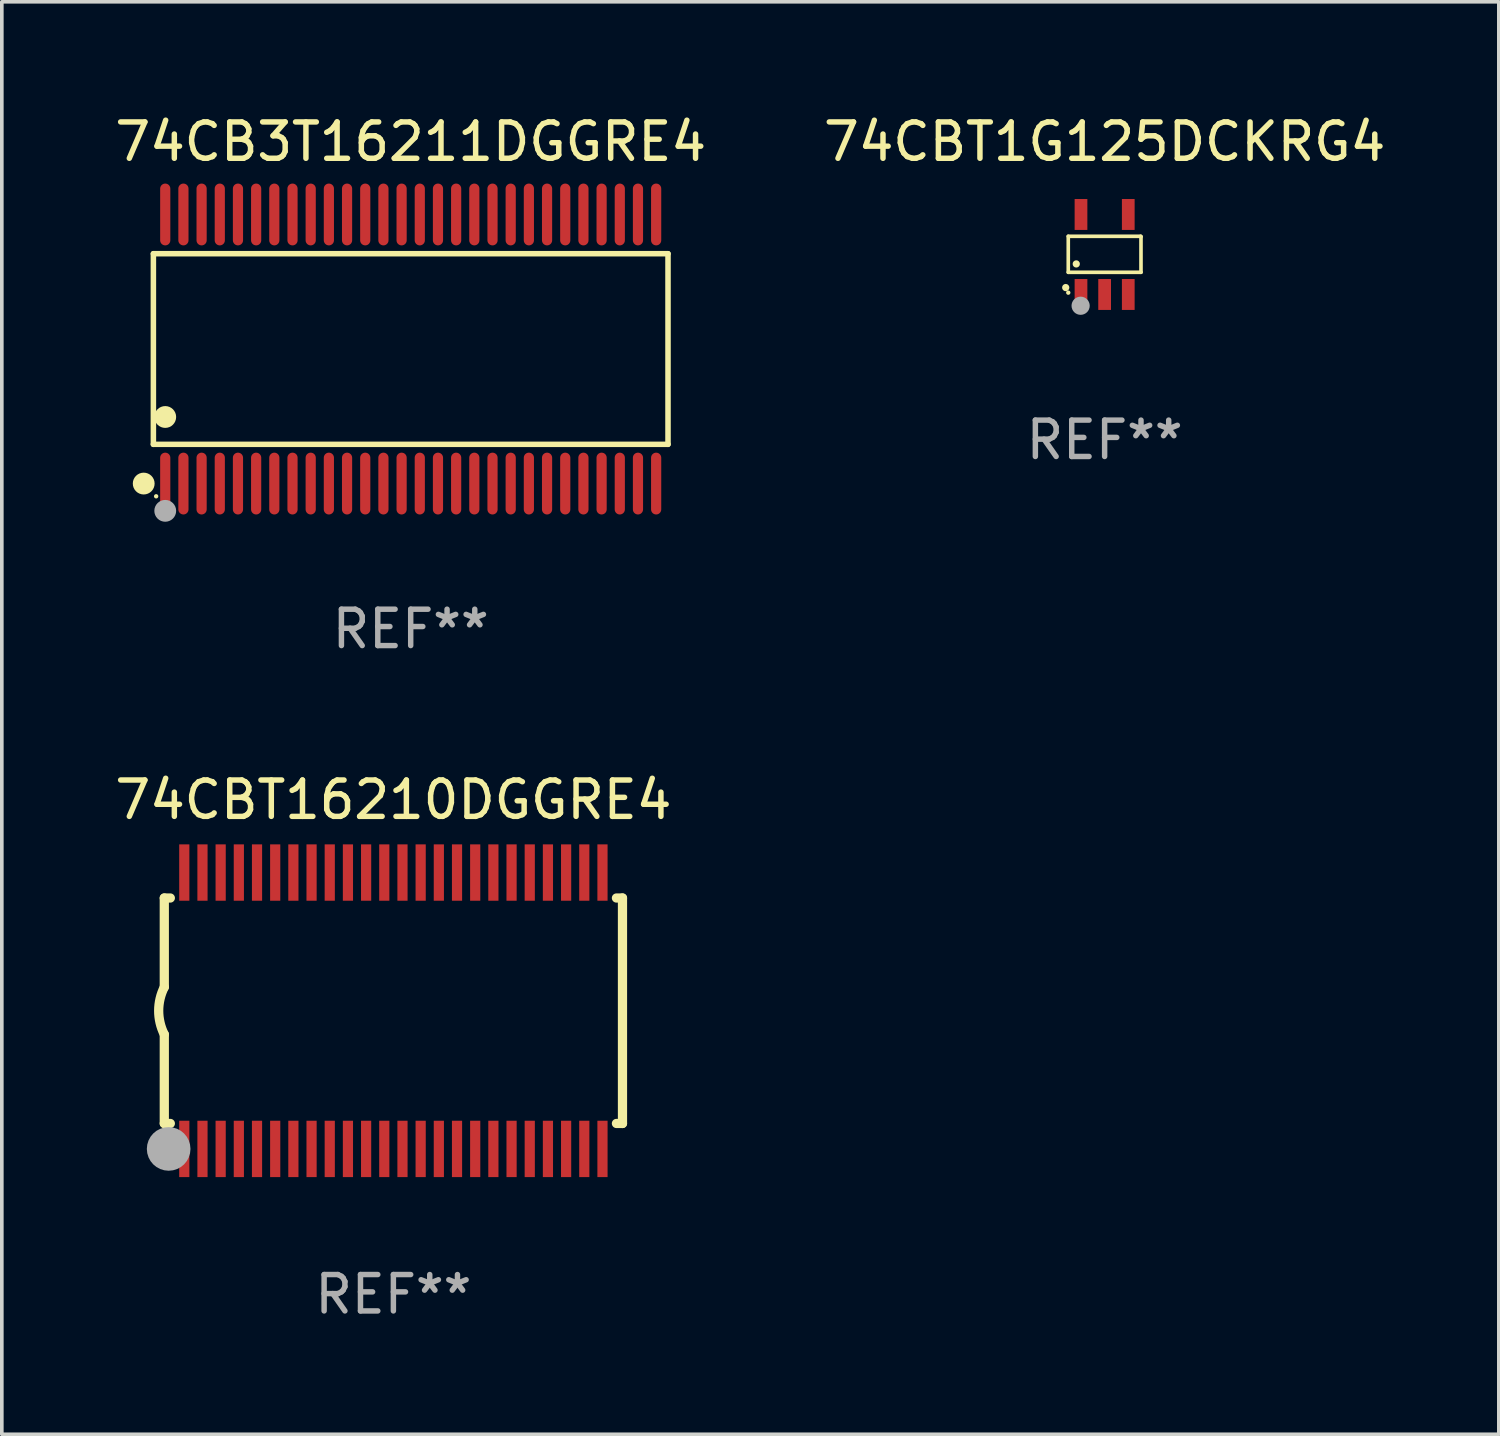
<source format=kicad_pcb>
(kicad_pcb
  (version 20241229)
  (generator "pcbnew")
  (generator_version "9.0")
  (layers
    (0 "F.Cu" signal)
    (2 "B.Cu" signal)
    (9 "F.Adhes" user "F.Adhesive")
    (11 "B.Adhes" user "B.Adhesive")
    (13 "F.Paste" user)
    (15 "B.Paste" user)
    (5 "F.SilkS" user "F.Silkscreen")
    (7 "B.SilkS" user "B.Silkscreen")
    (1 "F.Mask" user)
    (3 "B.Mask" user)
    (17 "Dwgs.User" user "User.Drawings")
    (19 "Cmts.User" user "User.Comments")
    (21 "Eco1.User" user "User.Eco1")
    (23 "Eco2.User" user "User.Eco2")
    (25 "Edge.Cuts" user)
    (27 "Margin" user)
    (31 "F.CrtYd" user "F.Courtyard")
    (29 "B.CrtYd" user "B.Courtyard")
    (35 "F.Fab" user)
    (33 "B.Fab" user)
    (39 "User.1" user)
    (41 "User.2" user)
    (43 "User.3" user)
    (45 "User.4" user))
  (footprint "74CBT1G125DCKRG4"
    (layer "F.Cu")
    (at 27.327 3.948)
    (property "Reference" "74CBT1G125DCKRG4" (at 0 -3.1 0) (layer "F.SilkS") (effects (font (size 1 1) (thickness 0.15))))
    (attr through_hole)
    (fp_line (start -1 -0.5) (end -1 0.49) (stroke (width 0.1) (type solid)) (layer "F.SilkS"))
    (fp_line (start -1 0.49) (end 1 0.49) (stroke (width 0.1) (type solid)) (layer "F.SilkS"))
    (fp_line (start 0.99 -0.5) (end -1 -0.5) (stroke (width 0.1) (type solid)) (layer "F.SilkS"))
    (fp_line (start 1 -0.49) (end 0.99 -0.5) (stroke (width 0.1) (type solid)) (layer "F.SilkS"))
    (fp_line (start 1 0.49) (end 1 -0.49) (stroke (width 0.1) (type solid)) (layer "F.SilkS"))
    (fp_circle (center -1.07 0.91) (end -1.02 0.91) (stroke (width 0.1) (type solid)) (fill no) (layer "F.SilkS"))
    (fp_circle (center -1 1.05) (end -0.97 1.05) (stroke (width 0.06) (type solid)) (fill no) (layer "F.SilkS"))
    (fp_circle (center -0.78 0.26) (end -0.73 0.26) (stroke (width 0.1) (type solid)) (fill no) (layer "F.SilkS"))
    (fp_circle (center -0.66 1.41) (end -0.535 1.41) (stroke (width 0.25) (type solid)) (fill no) (layer "F.Fab"))
    (fp_text user "REF**" (at 0 5.1 0) (layer "F.Fab") (effects (font (size 1 1) (thickness 0.15))))
    (pad "1" smd rect (at -0.65 1.1) (size 0.35 0.85) (layers "F.Cu" "F.Mask" "F.Paste"))
    (pad "2" smd rect (at 0.000051 1.1) (size 0.35 0.85) (layers "F.Cu" "F.Mask" "F.Paste"))
    (pad "3" smd rect (at 0.65 1.1) (size 0.35 0.85) (layers "F.Cu" "F.Mask" "F.Paste"))
    (pad "4" smd rect (at 0.65 -1.1) (size 0.35 0.85) (layers "F.Cu" "F.Mask" "F.Paste"))
    (pad "5" smd rect (at -0.65 -1.1) (size 0.35 0.85) (layers "F.Cu" "F.Mask" "F.Paste")))
  (footprint "74CB3T16211DGGRE4"
    (layer "F.Cu")
    (at 8.244 6.548)
    (property "Reference" "74CB3T16211DGGRE4" (at 0 -5.7 0) (layer "F.SilkS") (effects (font (size 1 1) (thickness 0.15))))
    (attr through_hole)
    (fp_line (start -7.076 -2.621) (end 7.076 -2.621) (stroke (width 0.152) (type solid)) (layer "F.SilkS"))
    (fp_line (start -7.076 2.621) (end -7.076 -2.621) (stroke (width 0.152) (type solid)) (layer "F.SilkS"))
    (fp_line (start 7.076 -2.621) (end 7.076 2.621) (stroke (width 0.152) (type solid)) (layer "F.SilkS"))
    (fp_line (start 7.076 2.621) (end -7.076 2.621) (stroke (width 0.152) (type solid)) (layer "F.SilkS"))
    (fp_circle (center -7.342 3.7) (end -7.192 3.7) (stroke (width 0.3) (type solid)) (fill no) (layer "F.SilkS"))
    (fp_circle (center -7 4.05) (end -6.97 4.05) (stroke (width 0.06) (type solid)) (fill no) (layer "F.SilkS"))
    (fp_circle (center -6.75 1.869) (end -6.6 1.869) (stroke (width 0.3) (type solid)) (fill no) (layer "F.SilkS"))
    (fp_circle (center -6.75 4.45) (end -6.6 4.45) (stroke (width 0.3) (type solid)) (fill no) (layer "F.Fab"))
    (fp_text user "REF**" (at 0 7.7 0) (layer "F.Fab") (effects (font (size 1 1) (thickness 0.15))))
    (pad "1" smd oval (at -6.75 3.7) (size 0.28 1.7) (layers "F.Cu" "F.Mask" "F.Paste"))
    (pad "2" smd oval (at -6.25 3.7) (size 0.28 1.7) (layers "F.Cu" "F.Mask" "F.Paste"))
    (pad "3" smd oval (at -5.75 3.7) (size 0.28 1.7) (layers "F.Cu" "F.Mask" "F.Paste"))
    (pad "4" smd oval (at -5.25 3.7) (size 0.28 1.7) (layers "F.Cu" "F.Mask" "F.Paste"))
    (pad "5" smd oval (at -4.75 3.7) (size 0.28 1.7) (layers "F.Cu" "F.Mask" "F.Paste"))
    (pad "6" smd oval (at -4.25 3.7) (size 0.28 1.7) (layers "F.Cu" "F.Mask" "F.Paste"))
    (pad "7" smd oval (at -3.75 3.7) (size 0.28 1.7) (layers "F.Cu" "F.Mask" "F.Paste"))
    (pad "8" smd oval (at -3.25 3.7) (size 0.28 1.7) (layers "F.Cu" "F.Mask" "F.Paste"))
    (pad "9" smd oval (at -2.75 3.7) (size 0.28 1.7) (layers "F.Cu" "F.Mask" "F.Paste"))
    (pad "10" smd oval (at -2.25 3.7) (size 0.28 1.7) (layers "F.Cu" "F.Mask" "F.Paste"))
    (pad "11" smd oval (at -1.75 3.7) (size 0.28 1.7) (layers "F.Cu" "F.Mask" "F.Paste"))
    (pad "12" smd oval (at -1.25 3.7) (size 0.28 1.7) (layers "F.Cu" "F.Mask" "F.Paste"))
    (pad "13" smd oval (at -0.75 3.7) (size 0.28 1.7) (layers "F.Cu" "F.Mask" "F.Paste"))
    (pad "14" smd oval (at -0.25 3.7) (size 0.28 1.7) (layers "F.Cu" "F.Mask" "F.Paste"))
    (pad "15" smd oval (at 0.25 3.7) (size 0.28 1.7) (layers "F.Cu" "F.Mask" "F.Paste"))
    (pad "16" smd oval (at 0.75 3.7) (size 0.28 1.7) (layers "F.Cu" "F.Mask" "F.Paste"))
    (pad "17" smd oval (at 1.25 3.7) (size 0.28 1.7) (layers "F.Cu" "F.Mask" "F.Paste"))
    (pad "18" smd oval (at 1.75 3.7) (size 0.28 1.7) (layers "F.Cu" "F.Mask" "F.Paste"))
    (pad "19" smd oval (at 2.25 3.7) (size 0.28 1.7) (layers "F.Cu" "F.Mask" "F.Paste"))
    (pad "20" smd oval (at 2.75 3.7) (size 0.28 1.7) (layers "F.Cu" "F.Mask" "F.Paste"))
    (pad "21" smd oval (at 3.25 3.7) (size 0.28 1.7) (layers "F.Cu" "F.Mask" "F.Paste"))
    (pad "22" smd oval (at 3.75 3.7) (size 0.28 1.7) (layers "F.Cu" "F.Mask" "F.Paste"))
    (pad "23" smd oval (at 4.25 3.7) (size 0.28 1.7) (layers "F.Cu" "F.Mask" "F.Paste"))
    (pad "24" smd oval (at 4.75 3.7) (size 0.28 1.7) (layers "F.Cu" "F.Mask" "F.Paste"))
    (pad "25" smd oval (at 5.25 3.7) (size 0.28 1.7) (layers "F.Cu" "F.Mask" "F.Paste"))
    (pad "26" smd oval (at 5.75 3.7) (size 0.28 1.7) (layers "F.Cu" "F.Mask" "F.Paste"))
    (pad "27" smd oval (at 6.25 3.7) (size 0.28 1.7) (layers "F.Cu" "F.Mask" "F.Paste"))
    (pad "28" smd oval (at 6.75 3.7) (size 0.28 1.7) (layers "F.Cu" "F.Mask" "F.Paste"))
    (pad "29" smd oval (at 6.75 -3.7) (size 0.28 1.7) (layers "F.Cu" "F.Mask" "F.Paste"))
    (pad "30" smd oval (at 6.25 -3.7) (size 0.28 1.7) (layers "F.Cu" "F.Mask" "F.Paste"))
    (pad "31" smd oval (at 5.75 -3.7) (size 0.28 1.7) (layers "F.Cu" "F.Mask" "F.Paste"))
    (pad "32" smd oval (at 5.25 -3.7) (size 0.28 1.7) (layers "F.Cu" "F.Mask" "F.Paste"))
    (pad "33" smd oval (at 4.75 -3.7) (size 0.28 1.7) (layers "F.Cu" "F.Mask" "F.Paste"))
    (pad "34" smd oval (at 4.25 -3.7) (size 0.28 1.7) (layers "F.Cu" "F.Mask" "F.Paste"))
    (pad "35" smd oval (at 3.75 -3.7) (size 0.28 1.7) (layers "F.Cu" "F.Mask" "F.Paste"))
    (pad "36" smd oval (at 3.25 -3.7) (size 0.28 1.7) (layers "F.Cu" "F.Mask" "F.Paste"))
    (pad "37" smd oval (at 2.75 -3.7) (size 0.28 1.7) (layers "F.Cu" "F.Mask" "F.Paste"))
    (pad "38" smd oval (at 2.25 -3.7) (size 0.28 1.7) (layers "F.Cu" "F.Mask" "F.Paste"))
    (pad "39" smd oval (at 1.75 -3.7) (size 0.28 1.7) (layers "F.Cu" "F.Mask" "F.Paste"))
    (pad "40" smd oval (at 1.25 -3.7) (size 0.28 1.7) (layers "F.Cu" "F.Mask" "F.Paste"))
    (pad "41" smd oval (at 0.75 -3.7) (size 0.28 1.7) (layers "F.Cu" "F.Mask" "F.Paste"))
    (pad "42" smd oval (at 0.25 -3.7) (size 0.28 1.7) (layers "F.Cu" "F.Mask" "F.Paste"))
    (pad "43" smd oval (at -0.25 -3.7) (size 0.28 1.7) (layers "F.Cu" "F.Mask" "F.Paste"))
    (pad "44" smd oval (at -0.75 -3.7) (size 0.28 1.7) (layers "F.Cu" "F.Mask" "F.Paste"))
    (pad "45" smd oval (at -1.25 -3.7) (size 0.28 1.7) (layers "F.Cu" "F.Mask" "F.Paste"))
    (pad "46" smd oval (at -1.75 -3.7) (size 0.28 1.7) (layers "F.Cu" "F.Mask" "F.Paste"))
    (pad "47" smd oval (at -2.25 -3.7) (size 0.28 1.7) (layers "F.Cu" "F.Mask" "F.Paste"))
    (pad "48" smd oval (at -2.75 -3.7) (size 0.28 1.7) (layers "F.Cu" "F.Mask" "F.Paste"))
    (pad "49" smd oval (at -3.25 -3.7) (size 0.28 1.7) (layers "F.Cu" "F.Mask" "F.Paste"))
    (pad "50" smd oval (at -3.75 -3.7) (size 0.28 1.7) (layers "F.Cu" "F.Mask" "F.Paste"))
    (pad "51" smd oval (at -4.25 -3.7) (size 0.28 1.7) (layers "F.Cu" "F.Mask" "F.Paste"))
    (pad "52" smd oval (at -4.75 -3.7) (size 0.28 1.7) (layers "F.Cu" "F.Mask" "F.Paste"))
    (pad "53" smd oval (at -5.25 -3.7) (size 0.28 1.7) (layers "F.Cu" "F.Mask" "F.Paste"))
    (pad "54" smd oval (at -5.75 -3.7) (size 0.28 1.7) (layers "F.Cu" "F.Mask" "F.Paste"))
    (pad "55" smd oval (at -6.25 -3.7) (size 0.28 1.7) (layers "F.Cu" "F.Mask" "F.Paste"))
    (pad "56" smd oval (at -6.75 -3.7) (size 0.28 1.7) (layers "F.Cu" "F.Mask" "F.Paste")))
  (footprint "74CBT16210DGGRE4"
    (layer "F.Cu")
    (at 7.768 24.745)
    (property "Reference" "74CBT16210DGGRE4" (at 0 -5.8 0) (layer "F.SilkS") (effects (font (size 1 1) (thickness 0.15))))
    (attr through_hole)
    (fp_line (start -6.3 -3.1) (end -6.3 -0.65) (stroke (width 0.254) (type solid)) (layer "F.SilkS"))
    (fp_line (start -6.3 -3.1) (end -6.134 -3.1) (stroke (width 0.254) (type solid)) (layer "F.SilkS"))
    (fp_line (start -6.3 3.1) (end -6.3 0.65) (stroke (width 0.254) (type solid)) (layer "F.SilkS"))
    (fp_line (start -6.3 3.1) (end -6.134 3.1) (stroke (width 0.254) (type solid)) (layer "F.SilkS"))
    (fp_line (start 6.134 -3.1) (end 6.3 -3.1) (stroke (width 0.254) (type solid)) (layer "F.SilkS"))
    (fp_line (start 6.134 3.1) (end 6.3 3.1) (stroke (width 0.254) (type solid)) (layer "F.SilkS"))
    (fp_line (start 6.3 -3.1) (end 6.3 3.1) (stroke (width 0.254) (type solid)) (layer "F.SilkS"))
    (fp_arc (start -6.301016 0.650114) (mid -6.45413 -0.000082) (end -6.3 -0.650038) (stroke (width 0.254001) (type solid)) (layer "F.SilkS"))
    (fp_circle (center -6.35 3.81) (end -6.223 3.81) (stroke (width 0.254) (type solid)) (fill no) (layer "F.SilkS"))
    (fp_circle (center -6.25 4.05) (end -6.22 4.05) (stroke (width 0.06) (type solid)) (fill no) (layer "F.SilkS"))
    (fp_circle (center -6.18 3.8) (end -5.88 3.8) (stroke (width 0.6) (type solid)) (fill no) (layer "F.Fab"))
    (fp_text user "REF**" (at 0 7.8 0) (layer "F.Fab") (effects (font (size 1 1) (thickness 0.15))))
    (pad "1" smd rect (at -5.75 3.8) (size 0.28 1.55) (layers "F.Cu" "F.Mask" "F.Paste"))
    (pad "2" smd rect (at -5.25 3.8) (size 0.28 1.55) (layers "F.Cu" "F.Mask" "F.Paste"))
    (pad "3" smd rect (at -4.75 3.8) (size 0.28 1.55) (layers "F.Cu" "F.Mask" "F.Paste"))
    (pad "4" smd rect (at -4.25 3.8) (size 0.28 1.55) (layers "F.Cu" "F.Mask" "F.Paste"))
    (pad "5" smd rect (at -3.75 3.8) (size 0.28 1.55) (layers "F.Cu" "F.Mask" "F.Paste"))
    (pad "6" smd rect (at -3.25 3.8) (size 0.28 1.55) (layers "F.Cu" "F.Mask" "F.Paste"))
    (pad "7" smd rect (at -2.75 3.8) (size 0.28 1.55) (layers "F.Cu" "F.Mask" "F.Paste"))
    (pad "8" smd rect (at -2.25 3.8) (size 0.28 1.55) (layers "F.Cu" "F.Mask" "F.Paste"))
    (pad "9" smd rect (at -1.75 3.8) (size 0.28 1.55) (layers "F.Cu" "F.Mask" "F.Paste"))
    (pad "10" smd rect (at -1.25 3.8) (size 0.28 1.55) (layers "F.Cu" "F.Mask" "F.Paste"))
    (pad "11" smd rect (at -0.75 3.8) (size 0.28 1.55) (layers "F.Cu" "F.Mask" "F.Paste"))
    (pad "12" smd rect (at -0.25 3.8) (size 0.28 1.55) (layers "F.Cu" "F.Mask" "F.Paste"))
    (pad "13" smd rect (at 0.25 3.8) (size 0.28 1.55) (layers "F.Cu" "F.Mask" "F.Paste"))
    (pad "14" smd rect (at 0.75 3.8) (size 0.28 1.55) (layers "F.Cu" "F.Mask" "F.Paste"))
    (pad "15" smd rect (at 1.25 3.8) (size 0.28 1.55) (layers "F.Cu" "F.Mask" "F.Paste"))
    (pad "16" smd rect (at 1.75 3.8) (size 0.28 1.55) (layers "F.Cu" "F.Mask" "F.Paste"))
    (pad "17" smd rect (at 2.25 3.8) (size 0.28 1.55) (layers "F.Cu" "F.Mask" "F.Paste"))
    (pad "18" smd rect (at 2.75 3.8) (size 0.28 1.55) (layers "F.Cu" "F.Mask" "F.Paste"))
    (pad "19" smd rect (at 3.25 3.8) (size 0.28 1.55) (layers "F.Cu" "F.Mask" "F.Paste"))
    (pad "20" smd rect (at 3.75 3.8) (size 0.28 1.55) (layers "F.Cu" "F.Mask" "F.Paste"))
    (pad "21" smd rect (at 4.25 3.8) (size 0.28 1.55) (layers "F.Cu" "F.Mask" "F.Paste"))
    (pad "22" smd rect (at 4.75 3.8) (size 0.28 1.55) (layers "F.Cu" "F.Mask" "F.Paste"))
    (pad "23" smd rect (at 5.25 3.8) (size 0.28 1.55) (layers "F.Cu" "F.Mask" "F.Paste"))
    (pad "24" smd rect (at 5.75 3.8) (size 0.28 1.55) (layers "F.Cu" "F.Mask" "F.Paste"))
    (pad "25" smd rect (at 5.75 -3.8) (size 0.28 1.55) (layers "F.Cu" "F.Mask" "F.Paste"))
    (pad "26" smd rect (at 5.25 -3.8) (size 0.28 1.55) (layers "F.Cu" "F.Mask" "F.Paste"))
    (pad "27" smd rect (at 4.75 -3.8) (size 0.28 1.55) (layers "F.Cu" "F.Mask" "F.Paste"))
    (pad "28" smd rect (at 4.25 -3.8) (size 0.28 1.55) (layers "F.Cu" "F.Mask" "F.Paste"))
    (pad "29" smd rect (at 3.75 -3.8) (size 0.28 1.55) (layers "F.Cu" "F.Mask" "F.Paste"))
    (pad "30" smd rect (at 3.25 -3.8) (size 0.28 1.55) (layers "F.Cu" "F.Mask" "F.Paste"))
    (pad "31" smd rect (at 2.75 -3.8) (size 0.28 1.55) (layers "F.Cu" "F.Mask" "F.Paste"))
    (pad "32" smd rect (at 2.25 -3.8) (size 0.28 1.55) (layers "F.Cu" "F.Mask" "F.Paste"))
    (pad "33" smd rect (at 1.75 -3.8) (size 0.28 1.55) (layers "F.Cu" "F.Mask" "F.Paste"))
    (pad "34" smd rect (at 1.25 -3.8) (size 0.28 1.55) (layers "F.Cu" "F.Mask" "F.Paste"))
    (pad "35" smd rect (at 0.75 -3.8) (size 0.28 1.55) (layers "F.Cu" "F.Mask" "F.Paste"))
    (pad "36" smd rect (at 0.25 -3.8) (size 0.28 1.55) (layers "F.Cu" "F.Mask" "F.Paste"))
    (pad "37" smd rect (at -0.25 -3.8) (size 0.28 1.55) (layers "F.Cu" "F.Mask" "F.Paste"))
    (pad "38" smd rect (at -0.75 -3.8) (size 0.28 1.55) (layers "F.Cu" "F.Mask" "F.Paste"))
    (pad "39" smd rect (at -1.25 -3.8) (size 0.28 1.55) (layers "F.Cu" "F.Mask" "F.Paste"))
    (pad "40" smd rect (at -1.75 -3.8) (size 0.28 1.55) (layers "F.Cu" "F.Mask" "F.Paste"))
    (pad "41" smd rect (at -2.25 -3.8) (size 0.28 1.55) (layers "F.Cu" "F.Mask" "F.Paste"))
    (pad "42" smd rect (at -2.75 -3.8) (size 0.28 1.55) (layers "F.Cu" "F.Mask" "F.Paste"))
    (pad "43" smd rect (at -3.25 -3.8) (size 0.28 1.55) (layers "F.Cu" "F.Mask" "F.Paste"))
    (pad "44" smd rect (at -3.75 -3.8) (size 0.28 1.55) (layers "F.Cu" "F.Mask" "F.Paste"))
    (pad "45" smd rect (at -4.25 -3.8) (size 0.28 1.55) (layers "F.Cu" "F.Mask" "F.Paste"))
    (pad "46" smd rect (at -4.75 -3.8) (size 0.28 1.55) (layers "F.Cu" "F.Mask" "F.Paste"))
    (pad "47" smd rect (at -5.25 -3.8) (size 0.28 1.55) (layers "F.Cu" "F.Mask" "F.Paste"))
    (pad "48" smd rect (at -5.75 -3.8) (size 0.28 1.55) (layers "F.Cu" "F.Mask" "F.Paste")))
  (gr_rect
    (start -3 -3)
    (end 38.167 36.393)
    (stroke (width 0.1) (type default))
    (fill no)
    (layer "Edge.Cuts")))
</source>
